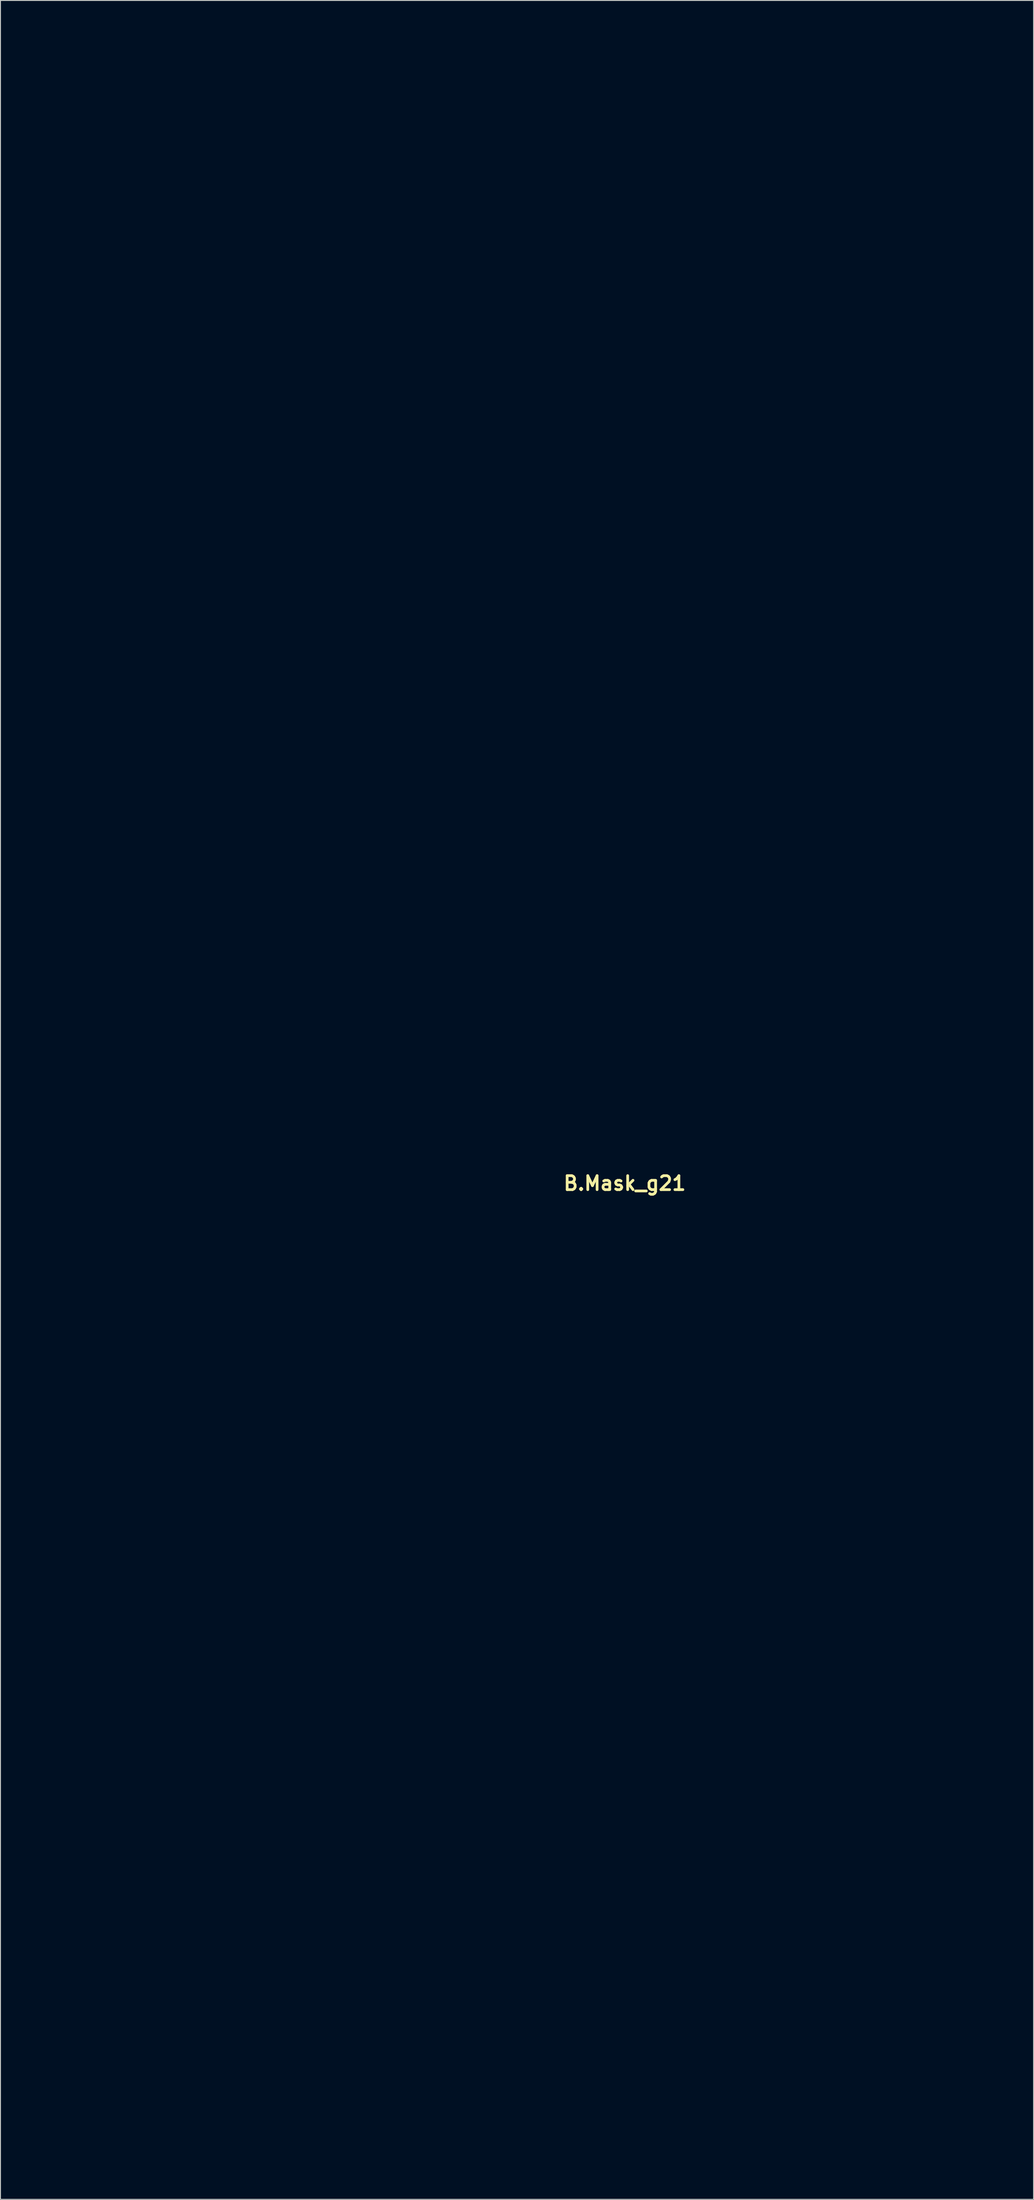
<source format=kicad_pcb>
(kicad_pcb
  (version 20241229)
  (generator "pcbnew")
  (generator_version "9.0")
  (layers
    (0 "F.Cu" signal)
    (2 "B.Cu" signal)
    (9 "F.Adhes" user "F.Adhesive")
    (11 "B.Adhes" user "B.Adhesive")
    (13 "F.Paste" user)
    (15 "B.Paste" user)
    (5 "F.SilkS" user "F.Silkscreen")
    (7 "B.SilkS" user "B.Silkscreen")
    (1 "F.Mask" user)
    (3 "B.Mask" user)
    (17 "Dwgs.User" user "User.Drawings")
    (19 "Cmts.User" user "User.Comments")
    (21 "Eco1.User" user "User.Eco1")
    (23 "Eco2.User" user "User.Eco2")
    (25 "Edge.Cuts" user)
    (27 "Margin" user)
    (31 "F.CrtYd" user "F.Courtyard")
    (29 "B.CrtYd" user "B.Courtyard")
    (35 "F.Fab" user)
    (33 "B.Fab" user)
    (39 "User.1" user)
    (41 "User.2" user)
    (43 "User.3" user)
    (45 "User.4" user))
  (footprint "B.Mask_g21"
    (layer "F.Cu")
    (at 65.114 126.008)
    (property "Reference" "B.Mask_g21" (at 0 0 0) (layer "F.SilkS") (effects (font (size 1.524 1.524) (thickness 0.3))))
    (attr through_hole)
    (fp_poly (pts (xy 7.119 -55.116) (xy 7.313 -55.011) (xy 7.482 -54.899) (xy 7.643 -54.771) (xy 7.802 -54.621) (xy 8.025 -54.372) (xy 8.209 -54.108) (xy 8.353 -53.83) (xy 8.458 -53.537) (xy 8.522 -53.231) (xy 8.546 -52.912) (xy 8.534 -52.622) (xy 8.48 -52.253) (xy 8.389 -51.905) (xy 8.262 -51.577) (xy 8.096 -51.268) (xy 7.893 -50.976) (xy 7.651 -50.702) (xy 7.631 -50.682) (xy 7.475 -50.531) (xy 7.329 -50.406) (xy 7.181 -50.297) (xy 7.02 -50.194) (xy 6.947 -50.152) (xy 6.785 -50.059) (xy -7.874 -50.059) (xy -7.874 -55.203) (xy 6.947 -55.203) (xy 7.119 -55.116)) (stroke (width 0.01) (type solid)) (fill yes) (layer "B.Mask"))
    (fp_poly (pts (xy -23.115 -55.197) (xy -15.801 -55.192) (xy -15.796 -52.626) (xy -15.79 -50.059) (xy -23.035 -50.059) (xy -30.279 -50.059) (xy -30.406 -50.136) (xy -30.589 -50.259) (xy -30.781 -50.411) (xy -30.97 -50.583) (xy -31.065 -50.679) (xy -31.288 -50.94) (xy -31.481 -51.222) (xy -31.641 -51.52) (xy -31.769 -51.83) (xy -31.863 -52.149) (xy -31.923 -52.474) (xy -31.948 -52.799) (xy -31.938 -53.122) (xy -31.891 -53.438) (xy -31.808 -53.744) (xy -31.688 -54.036) (xy -31.676 -54.06) (xy -31.524 -54.316) (xy -31.34 -54.552) (xy -31.128 -54.766) (xy -30.894 -54.949) (xy -30.644 -55.098) (xy -30.619 -55.111) (xy -30.43 -55.203) (xy -23.115 -55.197)) (stroke (width 0.01) (type solid)) (fill yes) (layer "B.Mask"))
    (fp_poly (pts (xy -40.362 32.694) (xy -40.314 32.755) (xy -40.306 32.805) (xy -40.338 32.848) (xy -40.347 32.855) (xy -40.376 32.885) (xy -40.393 32.936) (xy -40.401 33) (xy -40.403 33.035) (xy -40.409 33.109) (xy -40.417 33.221) (xy -40.428 33.367) (xy -40.441 33.545) (xy -40.456 33.752) (xy -40.474 33.987) (xy -40.493 34.245) (xy -40.514 34.525) (xy -40.536 34.824) (xy -40.559 35.14) (xy -40.584 35.469) (xy -40.609 35.81) (xy -40.62 35.954) (xy -40.645 36.3) (xy -40.67 36.636) (xy -40.694 36.961) (xy -40.716 37.27) (xy -40.737 37.562) (xy -40.756 37.834) (xy -40.774 38.084) (xy -40.789 38.308) (xy -40.803 38.504) (xy -40.814 38.669) (xy -40.822 38.801) (xy -40.828 38.897) (xy -40.83 38.955) (xy -40.831 38.966) (xy -40.828 39.071) (xy -40.817 39.147) (xy -40.793 39.207) (xy -40.751 39.264) (xy -40.718 39.301) (xy -40.653 39.37) (xy -40.8 39.367) (xy -40.883 39.364) (xy -40.956 39.36) (xy -41 39.356) (xy -41.315 39.286) (xy -41.612 39.177) (xy -41.892 39.03) (xy -42.154 38.844) (xy -42.398 38.62) (xy -42.624 38.358) (xy -42.651 38.322) (xy -42.79 38.114) (xy -42.921 37.873) (xy -43.038 37.611) (xy -43.138 37.336) (xy -43.216 37.061) (xy -43.241 36.946) (xy -43.305 36.539) (xy -43.329 36.145) (xy -43.313 35.76) (xy -43.257 35.38) (xy -43.16 35.003) (xy -43.042 34.67) (xy -42.886 34.325) (xy -42.704 34.008) (xy -42.5 33.72) (xy -42.275 33.463) (xy -42.03 33.238) (xy -41.769 33.047) (xy -41.492 32.891) (xy -41.202 32.772) (xy -40.901 32.692) (xy -40.667 32.659) (xy -40.423 32.636) (xy -40.362 32.694)) (stroke (width 0.01) (type solid)) (fill yes) (layer "B.Mask"))
    (fp_poly (pts (xy 21.754 101.18) (xy 21.818 101.183) (xy 21.966 101.19) (xy 22.086 101.201) (xy 22.189 101.216) (xy 22.289 101.239) (xy 22.33 101.25) (xy 22.631 101.355) (xy 22.918 101.498) (xy 23.19 101.678) (xy 23.443 101.892) (xy 23.675 102.137) (xy 23.885 102.412) (xy 24.069 102.714) (xy 24.226 103.042) (xy 24.284 103.188) (xy 24.381 103.48) (xy 24.449 103.771) (xy 24.491 104.071) (xy 24.509 104.392) (xy 24.511 104.495) (xy 24.502 104.833) (xy 24.473 105.142) (xy 24.424 105.433) (xy 24.353 105.714) (xy 24.313 105.84) (xy 24.188 106.16) (xy 24.035 106.458) (xy 23.858 106.733) (xy 23.658 106.98) (xy 23.438 107.2) (xy 23.201 107.388) (xy 22.949 107.544) (xy 22.685 107.665) (xy 22.41 107.748) (xy 22.129 107.792) (xy 22.066 107.796) (xy 21.833 107.808) (xy 21.955 107.679) (xy 22.015 107.613) (xy 22.064 107.551) (xy 22.094 107.505) (xy 22.097 107.497) (xy 22.099 107.475) (xy 22.098 107.427) (xy 22.095 107.351) (xy 22.088 107.245) (xy 22.078 107.109) (xy 22.066 106.942) (xy 22.049 106.741) (xy 22.03 106.507) (xy 22.007 106.237) (xy 21.981 105.931) (xy 21.951 105.587) (xy 21.917 105.204) (xy 21.879 104.781) (xy 21.854 104.498) (xy 21.823 104.146) (xy 21.792 103.805) (xy 21.763 103.476) (xy 21.736 103.163) (xy 21.71 102.867) (xy 21.686 102.591) (xy 21.664 102.338) (xy 21.645 102.111) (xy 21.628 101.911) (xy 21.614 101.741) (xy 21.603 101.605) (xy 21.595 101.504) (xy 21.591 101.44) (xy 21.59 101.421) (xy 21.587 101.34) (xy 21.575 101.289) (xy 21.553 101.255) (xy 21.548 101.251) (xy 21.519 101.221) (xy 21.51 101.2) (xy 21.524 101.187) (xy 21.567 101.18) (xy 21.642 101.178) (xy 21.754 101.18)) (stroke (width 0.01) (type solid)) (fill yes) (layer "B.Mask"))
    (fp_poly (pts (xy 19.24 66.7) (xy 19.309 66.703) (xy 19.497 66.716) (xy 19.66 66.74) (xy 19.814 66.777) (xy 19.977 66.833) (xy 20.045 66.86) (xy 20.327 66.995) (xy 20.593 67.168) (xy 20.842 67.376) (xy 21.072 67.614) (xy 21.279 67.881) (xy 21.464 68.172) (xy 21.622 68.486) (xy 21.752 68.819) (xy 21.852 69.168) (xy 21.918 69.518) (xy 21.933 69.655) (xy 21.943 69.823) (xy 21.948 70.007) (xy 21.948 70.198) (xy 21.943 70.381) (xy 21.933 70.545) (xy 21.927 70.608) (xy 21.87 70.981) (xy 21.78 71.337) (xy 21.659 71.674) (xy 21.51 71.989) (xy 21.334 72.279) (xy 21.132 72.542) (xy 20.905 72.776) (xy 20.657 72.977) (xy 20.387 73.144) (xy 20.331 73.173) (xy 20.134 73.263) (xy 19.955 73.327) (xy 19.78 73.37) (xy 19.594 73.394) (xy 19.505 73.4) (xy 19.272 73.412) (xy 19.392 73.286) (xy 19.464 73.201) (xy 19.515 73.123) (xy 19.534 73.079) (xy 19.536 73.06) (xy 19.537 73.026) (xy 19.536 72.976) (xy 19.533 72.907) (xy 19.528 72.817) (xy 19.52 72.706) (xy 19.51 72.57) (xy 19.497 72.408) (xy 19.482 72.219) (xy 19.464 72) (xy 19.442 71.75) (xy 19.417 71.466) (xy 19.389 71.147) (xy 19.358 70.791) (xy 19.323 70.396) (xy 19.292 70.059) (xy 19.261 69.708) (xy 19.231 69.368) (xy 19.202 69.04) (xy 19.174 68.728) (xy 19.148 68.434) (xy 19.124 68.16) (xy 19.103 67.909) (xy 19.083 67.683) (xy 19.067 67.486) (xy 19.053 67.318) (xy 19.042 67.184) (xy 19.034 67.085) (xy 19.03 67.024) (xy 19.029 67.006) (xy 19.024 66.929) (xy 19.007 66.879) (xy 18.986 66.855) (xy 18.95 66.809) (xy 18.953 66.767) (xy 18.986 66.728) (xy 19.007 66.713) (xy 19.036 66.703) (xy 19.079 66.698) (xy 19.144 66.697) (xy 19.24 66.7)) (stroke (width 0.01) (type solid)) (fill yes) (layer "B.Mask"))
    (fp_poly (pts (xy -45.207 101.139) (xy -45.237 101.184) (xy -45.252 101.242) (xy -45.254 101.304) (xy -45.256 101.338) (xy -45.262 101.412) (xy -45.271 101.523) (xy -45.283 101.669) (xy -45.297 101.847) (xy -45.315 102.055) (xy -45.335 102.289) (xy -45.358 102.549) (xy -45.382 102.83) (xy -45.409 103.131) (xy -45.437 103.45) (xy -45.466 103.783) (xy -45.497 104.128) (xy -45.52 104.382) (xy -45.551 104.733) (xy -45.581 105.073) (xy -45.61 105.399) (xy -45.637 105.709) (xy -45.662 106.001) (xy -45.685 106.271) (xy -45.706 106.519) (xy -45.725 106.74) (xy -45.741 106.934) (xy -45.754 107.097) (xy -45.764 107.227) (xy -45.77 107.321) (xy -45.774 107.378) (xy -45.774 107.394) (xy -45.754 107.43) (xy -45.713 107.487) (xy -45.656 107.553) (xy -45.633 107.579) (xy -45.503 107.717) (xy -45.67 107.716) (xy -45.776 107.71) (xy -45.897 107.696) (xy -46.009 107.677) (xy -46.016 107.676) (xy -46.311 107.591) (xy -46.592 107.469) (xy -46.857 107.31) (xy -47.104 107.117) (xy -47.33 106.892) (xy -47.534 106.638) (xy -47.714 106.357) (xy -47.867 106.05) (xy -47.991 105.721) (xy -48.047 105.529) (xy -48.082 105.393) (xy -48.109 105.276) (xy -48.129 105.168) (xy -48.144 105.062) (xy -48.154 104.948) (xy -48.16 104.82) (xy -48.163 104.669) (xy -48.164 104.485) (xy -48.164 104.426) (xy -48.164 104.252) (xy -48.162 104.114) (xy -48.159 104.003) (xy -48.155 103.914) (xy -48.148 103.838) (xy -48.138 103.769) (xy -48.125 103.7) (xy -48.115 103.653) (xy -48.019 103.292) (xy -47.892 102.949) (xy -47.737 102.628) (xy -47.555 102.329) (xy -47.349 102.057) (xy -47.12 101.813) (xy -46.871 101.6) (xy -46.603 101.419) (xy -46.32 101.274) (xy -46.022 101.167) (xy -45.97 101.153) (xy -45.866 101.13) (xy -45.751 101.114) (xy -45.612 101.103) (xy -45.477 101.097) (xy -45.159 101.087) (xy -45.207 101.139)) (stroke (width 0.01) (type solid)) (fill yes) (layer "B.Mask"))
    (fp_poly (pts (xy 16.9 32.758) (xy 17.147 32.797) (xy 17.384 32.865) (xy 17.404 32.873) (xy 17.695 33.001) (xy 17.969 33.166) (xy 18.226 33.367) (xy 18.463 33.6) (xy 18.678 33.863) (xy 18.87 34.153) (xy 19.036 34.468) (xy 19.174 34.805) (xy 19.284 35.162) (xy 19.342 35.422) (xy 19.354 35.499) (xy 19.364 35.585) (xy 19.371 35.686) (xy 19.375 35.809) (xy 19.377 35.962) (xy 19.378 36.142) (xy 19.377 36.314) (xy 19.376 36.451) (xy 19.373 36.561) (xy 19.368 36.652) (xy 19.36 36.731) (xy 19.349 36.806) (xy 19.335 36.885) (xy 19.329 36.911) (xy 19.248 37.237) (xy 19.139 37.558) (xy 19.007 37.863) (xy 18.854 38.143) (xy 18.75 38.301) (xy 18.64 38.445) (xy 18.507 38.595) (xy 18.363 38.743) (xy 18.216 38.878) (xy 18.076 38.991) (xy 18.01 39.037) (xy 17.804 39.161) (xy 17.585 39.268) (xy 17.365 39.354) (xy 17.153 39.416) (xy 16.96 39.448) (xy 16.828 39.461) (xy 16.828 39.356) (xy 16.832 39.285) (xy 16.85 39.237) (xy 16.889 39.192) (xy 16.936 39.138) (xy 16.971 39.084) (xy 16.974 39.076) (xy 16.977 39.058) (xy 16.977 39.02) (xy 16.976 38.96) (xy 16.973 38.876) (xy 16.967 38.767) (xy 16.96 38.632) (xy 16.95 38.469) (xy 16.937 38.275) (xy 16.922 38.051) (xy 16.904 37.793) (xy 16.883 37.501) (xy 16.86 37.173) (xy 16.833 36.807) (xy 16.804 36.402) (xy 16.776 36.033) (xy 16.746 35.618) (xy 16.718 35.243) (xy 16.693 34.906) (xy 16.671 34.606) (xy 16.651 34.339) (xy 16.633 34.104) (xy 16.617 33.899) (xy 16.603 33.722) (xy 16.59 33.57) (xy 16.579 33.441) (xy 16.57 33.335) (xy 16.561 33.247) (xy 16.553 33.177) (xy 16.546 33.123) (xy 16.54 33.081) (xy 16.534 33.051) (xy 16.528 33.029) (xy 16.522 33.015) (xy 16.516 33.005) (xy 16.512 33.001) (xy 16.479 32.949) (xy 16.468 32.9) (xy 16.453 32.843) (xy 16.422 32.794) (xy 16.376 32.745) (xy 16.631 32.745) (xy 16.9 32.758)) (stroke (width 0.01) (type solid)) (fill yes) (layer "B.Mask"))
    (fp_poly (pts (xy -42.737 66.612) (xy -42.709 66.618) (xy -42.696 66.628) (xy -42.693 66.644) (xy -42.693 66.652) (xy -42.705 66.701) (xy -42.735 66.755) (xy -42.735 66.755) (xy -42.741 66.766) (xy -42.747 66.782) (xy -42.753 66.806) (xy -42.759 66.84) (xy -42.766 66.885) (xy -42.773 66.944) (xy -42.781 67.02) (xy -42.79 67.113) (xy -42.801 67.227) (xy -42.812 67.362) (xy -42.825 67.522) (xy -42.84 67.708) (xy -42.857 67.923) (xy -42.876 68.167) (xy -42.897 68.445) (xy -42.921 68.756) (xy -42.947 69.104) (xy -42.976 69.491) (xy -42.999 69.808) (xy -43.026 70.161) (xy -43.051 70.505) (xy -43.075 70.835) (xy -43.098 71.149) (xy -43.12 71.446) (xy -43.14 71.722) (xy -43.159 71.975) (xy -43.175 72.202) (xy -43.189 72.402) (xy -43.201 72.571) (xy -43.211 72.708) (xy -43.217 72.809) (xy -43.221 72.872) (xy -43.222 72.894) (xy -43.205 73.007) (xy -43.151 73.105) (xy -43.108 73.15) (xy -43.071 73.189) (xy -43.053 73.217) (xy -43.053 73.219) (xy -43.072 73.228) (xy -43.123 73.233) (xy -43.196 73.234) (xy -43.28 73.231) (xy -43.364 73.225) (xy -43.436 73.215) (xy -43.736 73.143) (xy -44.024 73.032) (xy -44.298 72.883) (xy -44.554 72.699) (xy -44.791 72.48) (xy -45.007 72.23) (xy -45.198 71.949) (xy -45.328 71.715) (xy -45.411 71.53) (xy -45.491 71.319) (xy -45.562 71.1) (xy -45.618 70.888) (xy -45.637 70.797) (xy -45.658 70.671) (xy -45.677 70.52) (xy -45.692 70.353) (xy -45.705 70.183) (xy -45.713 70.02) (xy -45.716 69.875) (xy -45.714 69.759) (xy -45.713 69.744) (xy -45.671 69.421) (xy -45.595 69.088) (xy -45.488 68.754) (xy -45.353 68.429) (xy -45.196 68.122) (xy -45.018 67.842) (xy -44.962 67.765) (xy -44.726 67.486) (xy -44.472 67.241) (xy -44.199 67.033) (xy -43.912 66.863) (xy -43.609 66.732) (xy -43.466 66.685) (xy -43.365 66.658) (xy -43.266 66.64) (xy -43.156 66.627) (xy -43.02 66.619) (xy -42.984 66.617) (xy -42.868 66.613) (xy -42.788 66.611) (xy -42.737 66.612)) (stroke (width 0.01) (type solid)) (fill yes) (layer "B.Mask"))
    (fp_poly (pts (xy -23.148 -89.642) (xy -22.6 -89.572) (xy -22.053 -89.46) (xy -22.006 -89.448) (xy -21.516 -89.305) (xy -21.034 -89.123) (xy -20.565 -88.906) (xy -20.112 -88.656) (xy -19.679 -88.375) (xy -19.271 -88.066) (xy -18.891 -87.731) (xy -18.543 -87.372) (xy -18.48 -87.301) (xy -18.116 -86.851) (xy -17.79 -86.385) (xy -17.502 -85.905) (xy -17.252 -85.412) (xy -17.042 -84.908) (xy -16.872 -84.393) (xy -16.741 -83.87) (xy -16.652 -83.338) (xy -16.604 -82.801) (xy -16.595 -82.447) (xy -16.613 -81.934) (xy -16.667 -81.436) (xy -16.759 -80.946) (xy -16.89 -80.455) (xy -16.967 -80.217) (xy -17.17 -79.69) (xy -17.407 -79.186) (xy -17.68 -78.706) (xy -17.988 -78.249) (xy -18.331 -77.816) (xy -18.709 -77.407) (xy -18.721 -77.395) (xy -19.132 -77.013) (xy -19.563 -76.668) (xy -20.013 -76.361) (xy -20.483 -76.091) (xy -20.971 -75.859) (xy -21.477 -75.666) (xy -22 -75.511) (xy -22.539 -75.395) (xy -23.061 -75.322) (xy -23.216 -75.309) (xy -23.403 -75.3) (xy -23.609 -75.295) (xy -23.826 -75.293) (xy -24.043 -75.295) (xy -24.248 -75.3) (xy -24.433 -75.31) (xy -24.585 -75.322) (xy -25.135 -75.403) (xy -25.674 -75.525) (xy -26.199 -75.685) (xy -26.709 -75.884) (xy -27.202 -76.12) (xy -27.675 -76.392) (xy -28.127 -76.699) (xy -28.557 -77.042) (xy -28.961 -77.417) (xy -29.105 -77.565) (xy -29.426 -77.936) (xy -29.723 -78.338) (xy -29.993 -78.769) (xy -30.234 -79.224) (xy -30.445 -79.701) (xy -30.624 -80.196) (xy -30.769 -80.704) (xy -30.808 -80.867) (xy -30.904 -81.395) (xy -30.961 -81.932) (xy -30.978 -82.474) (xy -30.956 -83.016) (xy -30.895 -83.557) (xy -30.796 -84.091) (xy -30.658 -84.614) (xy -30.483 -85.124) (xy -30.309 -85.534) (xy -30.109 -85.935) (xy -29.885 -86.325) (xy -29.641 -86.7) (xy -29.381 -87.052) (xy -29.11 -87.378) (xy -28.832 -87.669) (xy -28.68 -87.811) (xy -28.25 -88.167) (xy -27.8 -88.485) (xy -27.332 -88.767) (xy -26.846 -89.012) (xy -26.346 -89.219) (xy -25.833 -89.388) (xy -25.31 -89.518) (xy -24.778 -89.609) (xy -24.238 -89.661) (xy -23.694 -89.672) (xy -23.148 -89.642)) (stroke (width 0.01) (type solid)) (fill yes) (layer "B.Mask"))
    (fp_poly (pts (xy 0.321 -89.653) (xy 0.833 -89.604) (xy 1.328 -89.52) (xy 1.814 -89.4) (xy 2.295 -89.244) (xy 2.581 -89.132) (xy 3.046 -88.92) (xy 3.497 -88.673) (xy 3.929 -88.394) (xy 4.338 -88.087) (xy 4.72 -87.753) (xy 5.071 -87.398) (xy 5.325 -87.101) (xy 5.675 -86.633) (xy 5.985 -86.153) (xy 6.257 -85.664) (xy 6.488 -85.165) (xy 6.68 -84.659) (xy 6.832 -84.147) (xy 6.944 -83.629) (xy 7.015 -83.108) (xy 7.046 -82.585) (xy 7.035 -82.061) (xy 6.984 -81.536) (xy 6.892 -81.014) (xy 6.759 -80.494) (xy 6.583 -79.978) (xy 6.434 -79.616) (xy 6.192 -79.119) (xy 5.916 -78.645) (xy 5.608 -78.197) (xy 5.271 -77.775) (xy 4.905 -77.381) (xy 4.513 -77.017) (xy 4.096 -76.684) (xy 3.656 -76.382) (xy 3.194 -76.114) (xy 2.713 -75.882) (xy 2.214 -75.685) (xy 1.698 -75.526) (xy 1.228 -75.418) (xy 1.059 -75.386) (xy 0.908 -75.361) (xy 0.764 -75.341) (xy 0.62 -75.326) (xy 0.467 -75.316) (xy 0.295 -75.308) (xy 0.097 -75.303) (xy -0.085 -75.3) (xy -0.253 -75.299) (xy -0.416 -75.299) (xy -0.567 -75.3) (xy -0.698 -75.303) (xy -0.803 -75.307) (xy -0.873 -75.311) (xy -0.878 -75.312) (xy -1.43 -75.391) (xy -1.96 -75.506) (xy -2.474 -75.656) (xy -2.974 -75.845) (xy -3.466 -76.071) (xy -3.471 -76.074) (xy -3.956 -76.342) (xy -4.411 -76.64) (xy -4.836 -76.967) (xy -5.232 -77.323) (xy -5.595 -77.706) (xy -5.927 -78.116) (xy -6.227 -78.552) (xy -6.494 -79.012) (xy -6.726 -79.495) (xy -6.924 -80.002) (xy -7.088 -80.53) (xy -7.215 -81.079) (xy -7.295 -81.566) (xy -7.311 -81.717) (xy -7.322 -81.901) (xy -7.33 -82.109) (xy -7.334 -82.331) (xy -7.334 -82.558) (xy -7.33 -82.781) (xy -7.322 -82.99) (xy -7.31 -83.177) (xy -7.295 -83.323) (xy -7.202 -83.892) (xy -7.071 -84.442) (xy -6.901 -84.975) (xy -6.693 -85.49) (xy -6.446 -85.988) (xy -6.161 -86.469) (xy -5.837 -86.933) (xy -5.712 -87.095) (xy -5.393 -87.462) (xy -5.041 -87.809) (xy -4.657 -88.133) (xy -4.247 -88.431) (xy -3.812 -88.702) (xy -3.357 -88.943) (xy -2.886 -89.152) (xy -2.401 -89.327) (xy -1.979 -89.447) (xy -1.625 -89.529) (xy -1.292 -89.59) (xy -0.966 -89.632) (xy -0.632 -89.658) (xy -0.276 -89.668) (xy -0.212 -89.668) (xy 0.321 -89.653)) (stroke (width 0.01) (type solid)) (fill yes) (layer "B.Mask"))
    (fp_poly (pts (xy -11.306 -125.999) (xy 9.086 -125.995) (xy 9.833 -124.897) (xy 10.58 -123.799) (xy 10.55 -123.701) (xy 10.536 -123.649) (xy 10.516 -123.565) (xy 10.492 -123.455) (xy 10.465 -123.329) (xy 10.437 -123.195) (xy 10.436 -123.19) (xy 10.408 -123.051) (xy 10.372 -122.882) (xy 10.333 -122.695) (xy 10.291 -122.501) (xy 10.249 -122.312) (xy 10.224 -122.195) (xy 10.185 -122.021) (xy 10.145 -121.841) (xy 10.106 -121.663) (xy 10.071 -121.499) (xy 10.04 -121.359) (xy 10.022 -121.274) (xy 9.996 -121.152) (xy 9.961 -121.001) (xy 9.922 -120.831) (xy 9.881 -120.654) (xy 9.839 -120.482) (xy 9.824 -120.417) (xy 9.774 -120.212) (xy 9.716 -119.97) (xy 9.65 -119.693) (xy 9.578 -119.387) (xy 9.5 -119.053) (xy 9.416 -118.696) (xy 9.328 -118.32) (xy 9.237 -117.928) (xy 9.144 -117.524) (xy 9.048 -117.112) (xy 8.952 -116.695) (xy 8.856 -116.276) (xy 8.761 -115.86) (xy 8.667 -115.45) (xy 8.575 -115.05) (xy 8.487 -114.664) (xy 8.404 -114.294) (xy 8.325 -113.945) (xy 8.252 -113.62) (xy 8.186 -113.324) (xy 8.127 -113.058) (xy 8.086 -112.872) (xy 8.041 -112.669) (xy 7.999 -112.474) (xy 7.957 -112.285) (xy 7.917 -112.1) (xy 7.876 -111.915) (xy 7.835 -111.729) (xy 7.794 -111.539) (xy 7.75 -111.342) (xy 7.705 -111.136) (xy 7.657 -110.919) (xy 7.606 -110.688) (xy 7.552 -110.441) (xy 7.493 -110.175) (xy 7.429 -109.887) (xy 7.361 -109.576) (xy 7.286 -109.238) (xy 7.205 -108.872) (xy 7.117 -108.475) (xy 7.021 -108.043) (xy 6.918 -107.576) (xy 6.806 -107.07) (xy 6.795 -107.019) (xy 6.644 -106.336) (xy 6.501 -105.692) (xy 6.367 -105.085) (xy 6.242 -104.514) (xy 6.123 -103.975) (xy 6.012 -103.467) (xy 5.907 -102.988) (xy 5.808 -102.536) (xy 5.715 -102.108) (xy 5.627 -101.702) (xy 5.544 -101.317) (xy 5.466 -100.95) (xy 5.391 -100.6) (xy 5.319 -100.263) (xy 5.251 -99.939) (xy 5.185 -99.624) (xy 5.127 -99.346) (xy 5.025 -98.859) (xy 41.614 -98.848) (xy 41.614 -93.705) (xy -65.109 -93.705) (xy -65.109 -98.848) (xy -27.897 -98.848) (xy -27.908 -98.896) (xy -27.914 -98.925) (xy -27.929 -98.992) (xy -27.951 -99.092) (xy -27.979 -99.221) (xy -28.012 -99.375) (xy -28.05 -99.55) (xy -28.092 -99.742) (xy -28.136 -99.947) (xy -28.15 -100.013) (xy -28.174 -100.124) (xy -28.207 -100.274) (xy -28.248 -100.461) (xy -28.297 -100.684) (xy -28.353 -100.94) (xy -28.416 -101.228) (xy -28.485 -101.544) (xy -28.56 -101.888) (xy -28.641 -102.257) (xy -28.727 -102.649) (xy -28.818 -103.062) (xy -28.912 -103.494) (xy -29.011 -103.943) (xy -29.113 -104.407) (xy -29.218 -104.884) (xy -29.325 -105.372) (xy -29.434 -105.87) (xy -29.545 -106.373) (xy -29.656 -106.882) (xy -29.707 -107.114) (xy -29.834 -107.689) (xy -29.966 -108.292) (xy -30.104 -108.921) (xy -30.247 -109.571) (xy -30.393 -110.238) (xy -30.542 -110.916) (xy -30.693 -111.603) (xy -30.844 -112.295) (xy -30.996 -112.986) (xy -31.147 -113.672) (xy -31.295 -114.35) (xy -31.441 -115.016) (xy -31.583 -115.664) (xy -31.721 -116.291) (xy -31.853 -116.893) (xy -31.978 -117.466) (xy -32.096 -118.005) (xy -32.186 -118.417) (xy -32.288 -118.881) (xy -32.387 -119.335) (xy -32.484 -119.777) (xy -32.578 -120.205) (xy -32.668 -120.616) (xy -32.754 -121.01) (xy -32.836 -121.385) (xy -32.913 -121.739) (xy -32.986 -122.069) (xy -33.053 -122.375) (xy -33.114 -122.655) (xy -33.169 -122.907) (xy -33.218 -123.128) (xy -33.26 -123.318) (xy -33.294 -123.475) (xy -33.321 -123.597) (xy -33.339 -123.681) (xy -33.35 -123.727) (xy -33.351 -123.735) (xy -33.378 -123.775) (xy -33.405 -123.783) (xy -33.436 -123.792) (xy -33.439 -123.806) (xy -33.425 -123.826) (xy -33.387 -123.876) (xy -33.326 -123.954) (xy -33.246 -124.057) (xy -33.148 -124.181) (xy -33.035 -124.324) (xy -32.908 -124.484) (xy -32.771 -124.657) (xy -32.625 -124.84) (xy -32.564 -124.916) (xy -31.697 -126.003) (xy -11.306 -125.999)) (stroke (width 0.01) (type solid)) (fill yes) (layer "B.Mask")))
  (gr_rect
    (start -3 -3)
    (end 109.732 236.821)
    (stroke (width 0.1) (type default))
    (fill no)
    (layer "Edge.Cuts")))
</source>
